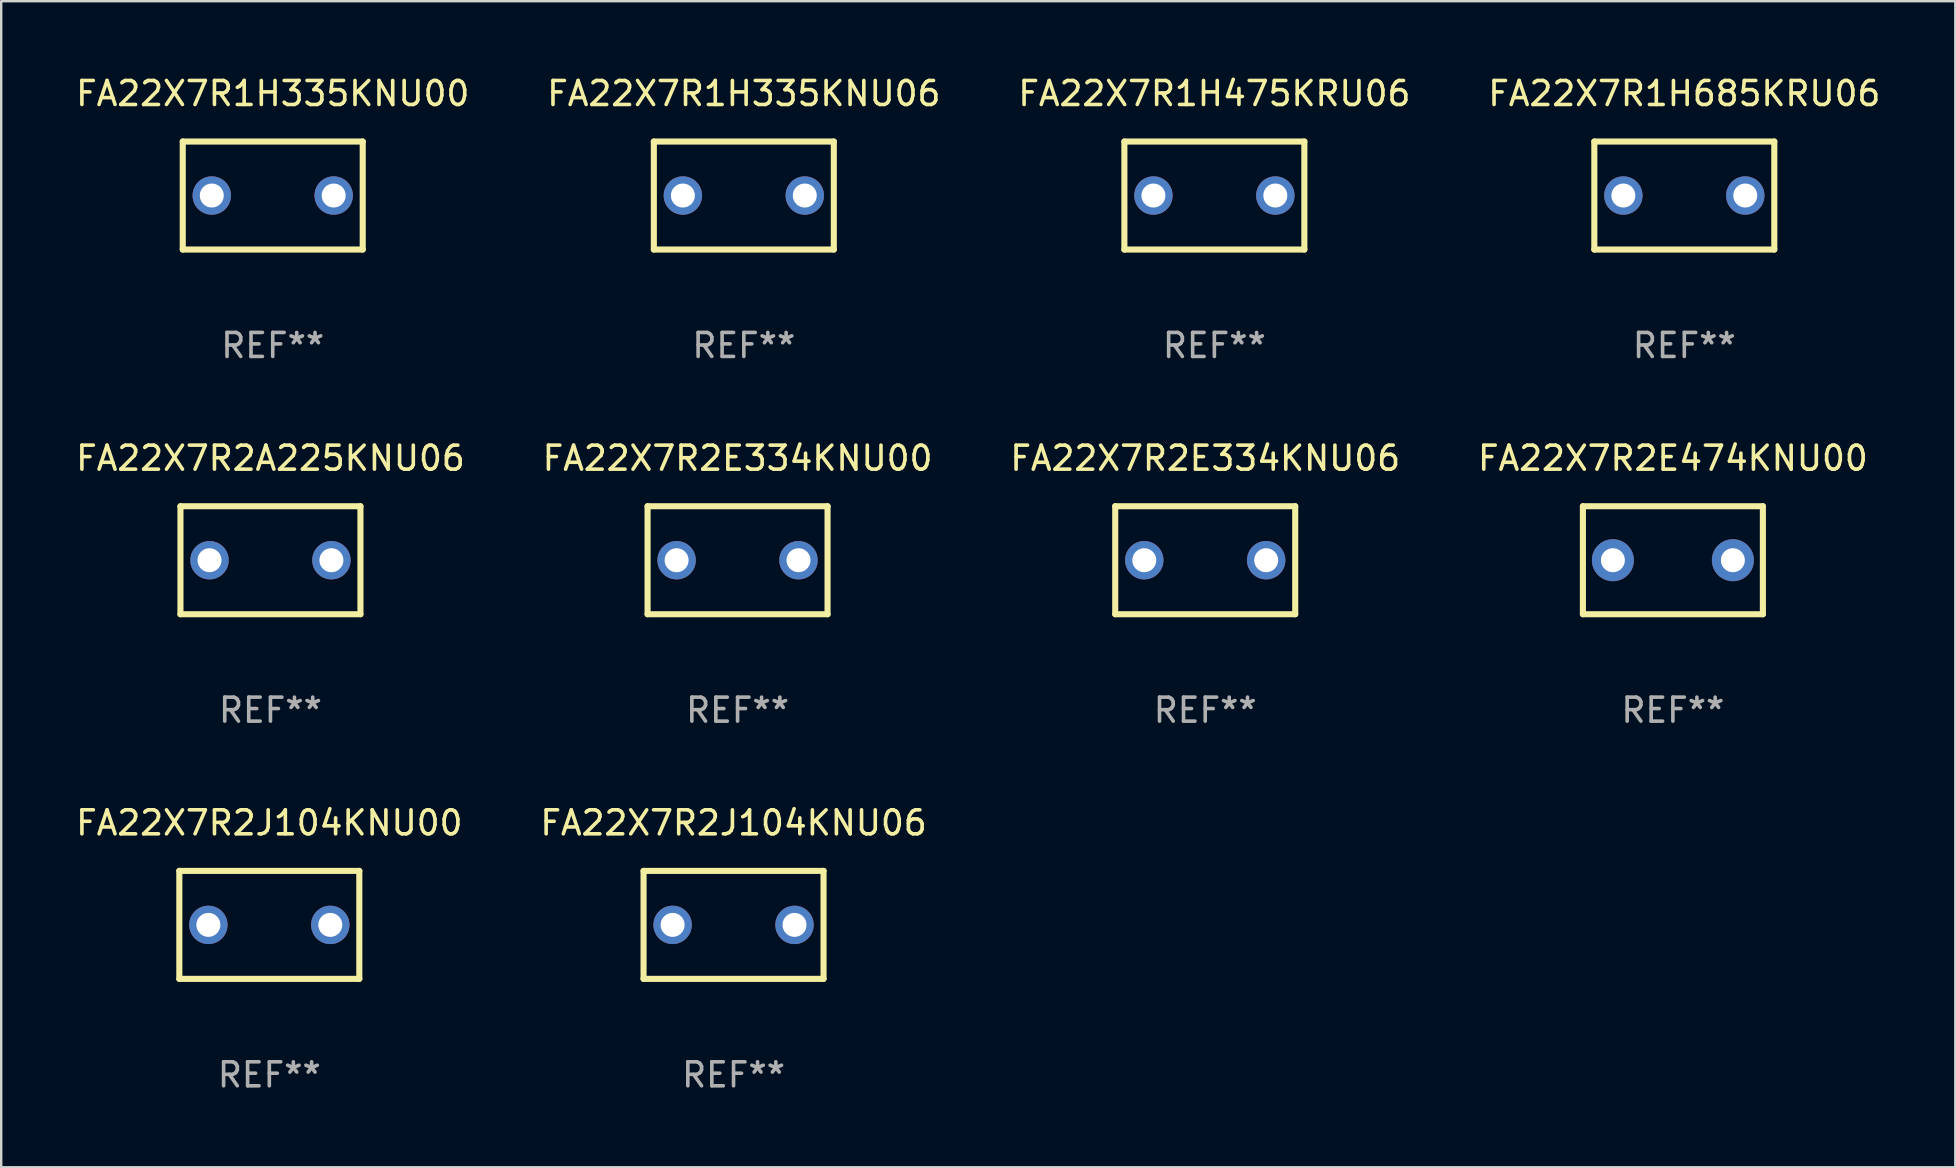
<source format=kicad_pcb>
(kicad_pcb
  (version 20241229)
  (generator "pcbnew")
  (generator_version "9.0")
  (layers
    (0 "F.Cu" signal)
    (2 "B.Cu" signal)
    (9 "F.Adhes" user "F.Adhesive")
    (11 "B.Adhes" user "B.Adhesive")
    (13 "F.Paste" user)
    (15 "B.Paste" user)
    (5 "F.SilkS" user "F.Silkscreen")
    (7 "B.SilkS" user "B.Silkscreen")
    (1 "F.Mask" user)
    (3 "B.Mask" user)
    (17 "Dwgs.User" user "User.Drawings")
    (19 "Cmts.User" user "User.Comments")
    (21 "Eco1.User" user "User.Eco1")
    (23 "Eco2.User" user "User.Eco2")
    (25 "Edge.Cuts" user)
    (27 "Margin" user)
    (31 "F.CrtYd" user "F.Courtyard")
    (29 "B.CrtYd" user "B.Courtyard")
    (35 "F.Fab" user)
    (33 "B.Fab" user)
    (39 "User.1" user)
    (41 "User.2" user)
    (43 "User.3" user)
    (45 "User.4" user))
  (footprint "FA22X7R2A225KNU06"
    (layer "F.Cu")
    (at 8.22 20.295)
    (property "Reference" "FA22X7R2A225KNU06" (at 0 -4.25 0) (layer "F.SilkS") (effects (font (size 1 1) (thickness 0.15))))
    (attr through_hole)
    (fp_line (start -3.75 -2.25) (end -3.75 2.25) (stroke (width 0.254) (type solid)) (layer "F.SilkS"))
    (fp_line (start -3.75 -2.25) (end 3.75 -2.25) (stroke (width 0.254) (type solid)) (layer "F.SilkS"))
    (fp_line (start 3.75 -2.25) (end 3.75 2.25) (stroke (width 0.254) (type solid)) (layer "F.SilkS"))
    (fp_line (start 3.75 2.25) (end -3.75 2.25) (stroke (width 0.254) (type solid)) (layer "F.SilkS"))
    (fp_circle (center -3.75 2.25) (end -3.72 2.25) (stroke (width 0.06) (type solid)) (fill no) (layer "F.SilkS"))
    (fp_text user "REF**" (at 0 6.25 0) (layer "F.Fab") (effects (font (size 1 1) (thickness 0.15))))
    (pad "1" thru_hole circle (at -2.54 0) (size 1.6 1.6) (drill 1) (layers "*.Cu" "*.Mask"))
    (pad "2" thru_hole circle (at 2.54 0) (size 1.6 1.6) (drill 1) (layers "*.Cu" "*.Mask")))
  (footprint "FA22X7R2J104KNU06"
    (layer "F.Cu")
    (at 27.518 35.491)
    (property "Reference" "FA22X7R2J104KNU06" (at 0 -4.25 0) (layer "F.SilkS") (effects (font (size 1 1) (thickness 0.15))))
    (attr through_hole)
    (fp_line (start -3.75 -2.25) (end -3.75 2.25) (stroke (width 0.254) (type solid)) (layer "F.SilkS"))
    (fp_line (start -3.75 -2.25) (end 3.75 -2.25) (stroke (width 0.254) (type solid)) (layer "F.SilkS"))
    (fp_line (start 3.75 -2.25) (end 3.75 2.25) (stroke (width 0.254) (type solid)) (layer "F.SilkS"))
    (fp_line (start 3.75 2.25) (end -3.75 2.25) (stroke (width 0.254) (type solid)) (layer "F.SilkS"))
    (fp_circle (center -3.75 2.25) (end -3.72 2.25) (stroke (width 0.06) (type solid)) (fill no) (layer "F.SilkS"))
    (fp_text user "REF**" (at 0 6.25 0) (layer "F.Fab") (effects (font (size 1 1) (thickness 0.15))))
    (pad "1" thru_hole circle (at -2.54 0) (size 1.6 1.6) (drill 1) (layers "*.Cu" "*.Mask"))
    (pad "2" thru_hole circle (at 2.54 0) (size 1.6 1.6) (drill 1) (layers "*.Cu" "*.Mask")))
  (footprint "FA22X7R2J104KNU00"
    (layer "F.Cu")
    (at 8.173 35.491)
    (property "Reference" "FA22X7R2J104KNU00" (at 0 -4.25 0) (layer "F.SilkS") (effects (font (size 1 1) (thickness 0.15))))
    (attr through_hole)
    (fp_line (start -3.75 -2.25) (end -3.75 2.25) (stroke (width 0.254) (type solid)) (layer "F.SilkS"))
    (fp_line (start -3.75 -2.25) (end 3.75 -2.25) (stroke (width 0.254) (type solid)) (layer "F.SilkS"))
    (fp_line (start 3.75 -2.25) (end 3.75 2.25) (stroke (width 0.254) (type solid)) (layer "F.SilkS"))
    (fp_line (start 3.75 2.25) (end -3.75 2.25) (stroke (width 0.254) (type solid)) (layer "F.SilkS"))
    (fp_circle (center -3.75 2.25) (end -3.72 2.25) (stroke (width 0.06) (type solid)) (fill no) (layer "F.SilkS"))
    (fp_text user "REF**" (at 0 6.25 0) (layer "F.Fab") (effects (font (size 1 1) (thickness 0.15))))
    (pad "1" thru_hole circle (at -2.54 0) (size 1.6 1.6) (drill 1) (layers "*.Cu" "*.Mask"))
    (pad "2" thru_hole circle (at 2.54 0) (size 1.6 1.6) (drill 1) (layers "*.Cu" "*.Mask")))
  (footprint "FA22X7R2E334KNU00"
    (layer "F.Cu")
    (at 27.685 20.295)
    (property "Reference" "FA22X7R2E334KNU00" (at 0 -4.25 0) (layer "F.SilkS") (effects (font (size 1 1) (thickness 0.15))))
    (attr through_hole)
    (fp_line (start -3.75 -2.25) (end -3.75 2.25) (stroke (width 0.254) (type solid)) (layer "F.SilkS"))
    (fp_line (start -3.75 -2.25) (end 3.75 -2.25) (stroke (width 0.254) (type solid)) (layer "F.SilkS"))
    (fp_line (start 3.75 -2.25) (end 3.75 2.25) (stroke (width 0.254) (type solid)) (layer "F.SilkS"))
    (fp_line (start 3.75 2.25) (end -3.75 2.25) (stroke (width 0.254) (type solid)) (layer "F.SilkS"))
    (fp_circle (center -3.75 2.25) (end -3.72 2.25) (stroke (width 0.06) (type solid)) (fill no) (layer "F.SilkS"))
    (fp_text user "REF**" (at 0 6.25 0) (layer "F.Fab") (effects (font (size 1 1) (thickness 0.15))))
    (pad "1" thru_hole circle (at -2.54 0) (size 1.6 1.6) (drill 1) (layers "*.Cu" "*.Mask"))
    (pad "2" thru_hole circle (at 2.54 0) (size 1.6 1.6) (drill 1) (layers "*.Cu" "*.Mask")))
  (footprint "FA22X7R2E334KNU06"
    (layer "F.Cu")
    (at 47.173 20.295)
    (property "Reference" "FA22X7R2E334KNU06" (at 0 -4.25 0) (layer "F.SilkS") (effects (font (size 1 1) (thickness 0.15))))
    (attr through_hole)
    (fp_line (start -3.75 -2.25) (end -3.75 2.25) (stroke (width 0.254) (type solid)) (layer "F.SilkS"))
    (fp_line (start -3.75 -2.25) (end 3.75 -2.25) (stroke (width 0.254) (type solid)) (layer "F.SilkS"))
    (fp_line (start 3.75 -2.25) (end 3.75 2.25) (stroke (width 0.254) (type solid)) (layer "F.SilkS"))
    (fp_line (start 3.75 2.25) (end -3.75 2.25) (stroke (width 0.254) (type solid)) (layer "F.SilkS"))
    (fp_circle (center -3.75 2.25) (end -3.72 2.25) (stroke (width 0.06) (type solid)) (fill no) (layer "F.SilkS"))
    (fp_text user "REF**" (at 0 6.25 0) (layer "F.Fab") (effects (font (size 1 1) (thickness 0.15))))
    (pad "1" thru_hole circle (at -2.54 0) (size 1.6 1.6) (drill 1) (layers "*.Cu" "*.Mask"))
    (pad "2" thru_hole circle (at 2.54 0) (size 1.6 1.6) (drill 1) (layers "*.Cu" "*.Mask")))
  (footprint "FA22X7R1H335KNU00"
    (layer "F.Cu")
    (at 8.315 5.098)
    (property "Reference" "FA22X7R1H335KNU00" (at 0 -4.25 0) (layer "F.SilkS") (effects (font (size 1 1) (thickness 0.15))))
    (attr through_hole)
    (fp_line (start -3.75 -2.25) (end -3.75 2.25) (stroke (width 0.254) (type solid)) (layer "F.SilkS"))
    (fp_line (start -3.75 -2.25) (end 3.75 -2.25) (stroke (width 0.254) (type solid)) (layer "F.SilkS"))
    (fp_line (start 3.75 -2.25) (end 3.75 2.25) (stroke (width 0.254) (type solid)) (layer "F.SilkS"))
    (fp_line (start 3.75 2.25) (end -3.75 2.25) (stroke (width 0.254) (type solid)) (layer "F.SilkS"))
    (fp_circle (center -3.75 2.25) (end -3.72 2.25) (stroke (width 0.06) (type solid)) (fill no) (layer "F.SilkS"))
    (fp_text user "REF**" (at 0 6.25 0) (layer "F.Fab") (effects (font (size 1 1) (thickness 0.15))))
    (pad "1" thru_hole circle (at -2.54 0) (size 1.6 1.6) (drill 1) (layers "*.Cu" "*.Mask"))
    (pad "2" thru_hole circle (at 2.54 0) (size 1.6 1.6) (drill 1) (layers "*.Cu" "*.Mask")))
  (footprint "FA22X7R1H335KNU06"
    (layer "F.Cu")
    (at 27.946 5.098)
    (property "Reference" "FA22X7R1H335KNU06" (at 0 -4.25 0) (layer "F.SilkS") (effects (font (size 1 1) (thickness 0.15))))
    (attr through_hole)
    (fp_line (start -3.75 -2.25) (end -3.75 2.25) (stroke (width 0.254) (type solid)) (layer "F.SilkS"))
    (fp_line (start -3.75 -2.25) (end 3.75 -2.25) (stroke (width 0.254) (type solid)) (layer "F.SilkS"))
    (fp_line (start 3.75 -2.25) (end 3.75 2.25) (stroke (width 0.254) (type solid)) (layer "F.SilkS"))
    (fp_line (start 3.75 2.25) (end -3.75 2.25) (stroke (width 0.254) (type solid)) (layer "F.SilkS"))
    (fp_circle (center -3.75 2.25) (end -3.72 2.25) (stroke (width 0.06) (type solid)) (fill no) (layer "F.SilkS"))
    (fp_text user "REF**" (at 0 6.25 0) (layer "F.Fab") (effects (font (size 1 1) (thickness 0.15))))
    (pad "1" thru_hole circle (at -2.54 0) (size 1.6 1.6) (drill 1) (layers "*.Cu" "*.Mask"))
    (pad "2" thru_hole circle (at 2.54 0) (size 1.6 1.6) (drill 1) (layers "*.Cu" "*.Mask")))
  (footprint "FA22X7R1H685KRU06"
    (layer "F.Cu")
    (at 67.137 5.098)
    (property "Reference" "FA22X7R1H685KRU06" (at 0 -4.25 0) (layer "F.SilkS") (effects (font (size 1 1) (thickness 0.15))))
    (attr through_hole)
    (fp_line (start -3.75 -2.25) (end -3.75 2.25) (stroke (width 0.254) (type solid)) (layer "F.SilkS"))
    (fp_line (start -3.75 -2.25) (end 3.75 -2.25) (stroke (width 0.254) (type solid)) (layer "F.SilkS"))
    (fp_line (start 3.75 -2.25) (end 3.75 2.25) (stroke (width 0.254) (type solid)) (layer "F.SilkS"))
    (fp_line (start 3.75 2.25) (end -3.75 2.25) (stroke (width 0.254) (type solid)) (layer "F.SilkS"))
    (fp_circle (center -3.75 2.25) (end -3.72 2.25) (stroke (width 0.06) (type solid)) (fill no) (layer "F.SilkS"))
    (fp_text user "REF**" (at 0 6.25 0) (layer "F.Fab") (effects (font (size 1 1) (thickness 0.15))))
    (pad "1" thru_hole circle (at -2.54 0) (size 1.6 1.6) (drill 1) (layers "*.Cu" "*.Mask"))
    (pad "2" thru_hole circle (at 2.54 0) (size 1.6 1.6) (drill 1) (layers "*.Cu" "*.Mask")))
  (footprint "FA22X7R1H475KRU06"
    (layer "F.Cu")
    (at 47.554 5.098)
    (property "Reference" "FA22X7R1H475KRU06" (at 0 -4.25 0) (layer "F.SilkS") (effects (font (size 1 1) (thickness 0.15))))
    (attr through_hole)
    (fp_line (start -3.75 -2.25) (end -3.75 2.25) (stroke (width 0.254) (type solid)) (layer "F.SilkS"))
    (fp_line (start -3.75 -2.25) (end 3.75 -2.25) (stroke (width 0.254) (type solid)) (layer "F.SilkS"))
    (fp_line (start 3.75 -2.25) (end 3.75 2.25) (stroke (width 0.254) (type solid)) (layer "F.SilkS"))
    (fp_line (start 3.75 2.25) (end -3.75 2.25) (stroke (width 0.254) (type solid)) (layer "F.SilkS"))
    (fp_circle (center -3.75 2.25) (end -3.72 2.25) (stroke (width 0.06) (type solid)) (fill no) (layer "F.SilkS"))
    (fp_text user "REF**" (at 0 6.25 0) (layer "F.Fab") (effects (font (size 1 1) (thickness 0.15))))
    (pad "1" thru_hole circle (at -2.54 0) (size 1.6 1.6) (drill 1) (layers "*.Cu" "*.Mask"))
    (pad "2" thru_hole circle (at 2.54 0) (size 1.6 1.6) (drill 1) (layers "*.Cu" "*.Mask")))
  (footprint "FA22X7R2E474KNU00"
    (layer "F.Cu")
    (at 66.661 20.295)
    (property "Reference" "FA22X7R2E474KNU00" (at 0 -4.25 0) (layer "F.SilkS") (effects (font (size 1 1) (thickness 0.15))))
    (attr through_hole)
    (fp_line (start -3.75 -2.25) (end -3.75 2.25) (stroke (width 0.254) (type solid)) (layer "F.SilkS"))
    (fp_line (start -3.75 -2.25) (end 3.75 -2.25) (stroke (width 0.254) (type solid)) (layer "F.SilkS"))
    (fp_line (start 3.75 -2.25) (end 3.75 2.25) (stroke (width 0.254) (type solid)) (layer "F.SilkS"))
    (fp_line (start 3.75 2.25) (end -3.75 2.25) (stroke (width 0.254) (type solid)) (layer "F.SilkS"))
    (fp_circle (center -3.75 2.25) (end -3.72 2.25) (stroke (width 0.06) (type solid)) (fill no) (layer "F.SilkS"))
    (fp_text user "REF**" (at 0 6.25 0) (layer "F.Fab") (effects (font (size 1 1) (thickness 0.15))))
    (pad "1" thru_hole circle (at -2.5 0) (size 1.75 1.75) (drill 1) (layers "*.Cu" "*.Mask"))
    (pad "2" thru_hole circle (at 2.5 0) (size 1.75 1.75) (drill 1) (layers "*.Cu" "*.Mask")))
  (gr_rect
    (start -3 -3)
    (end 78.429 45.59)
    (stroke (width 0.1) (type default))
    (fill no)
    (layer "Edge.Cuts")))
</source>
